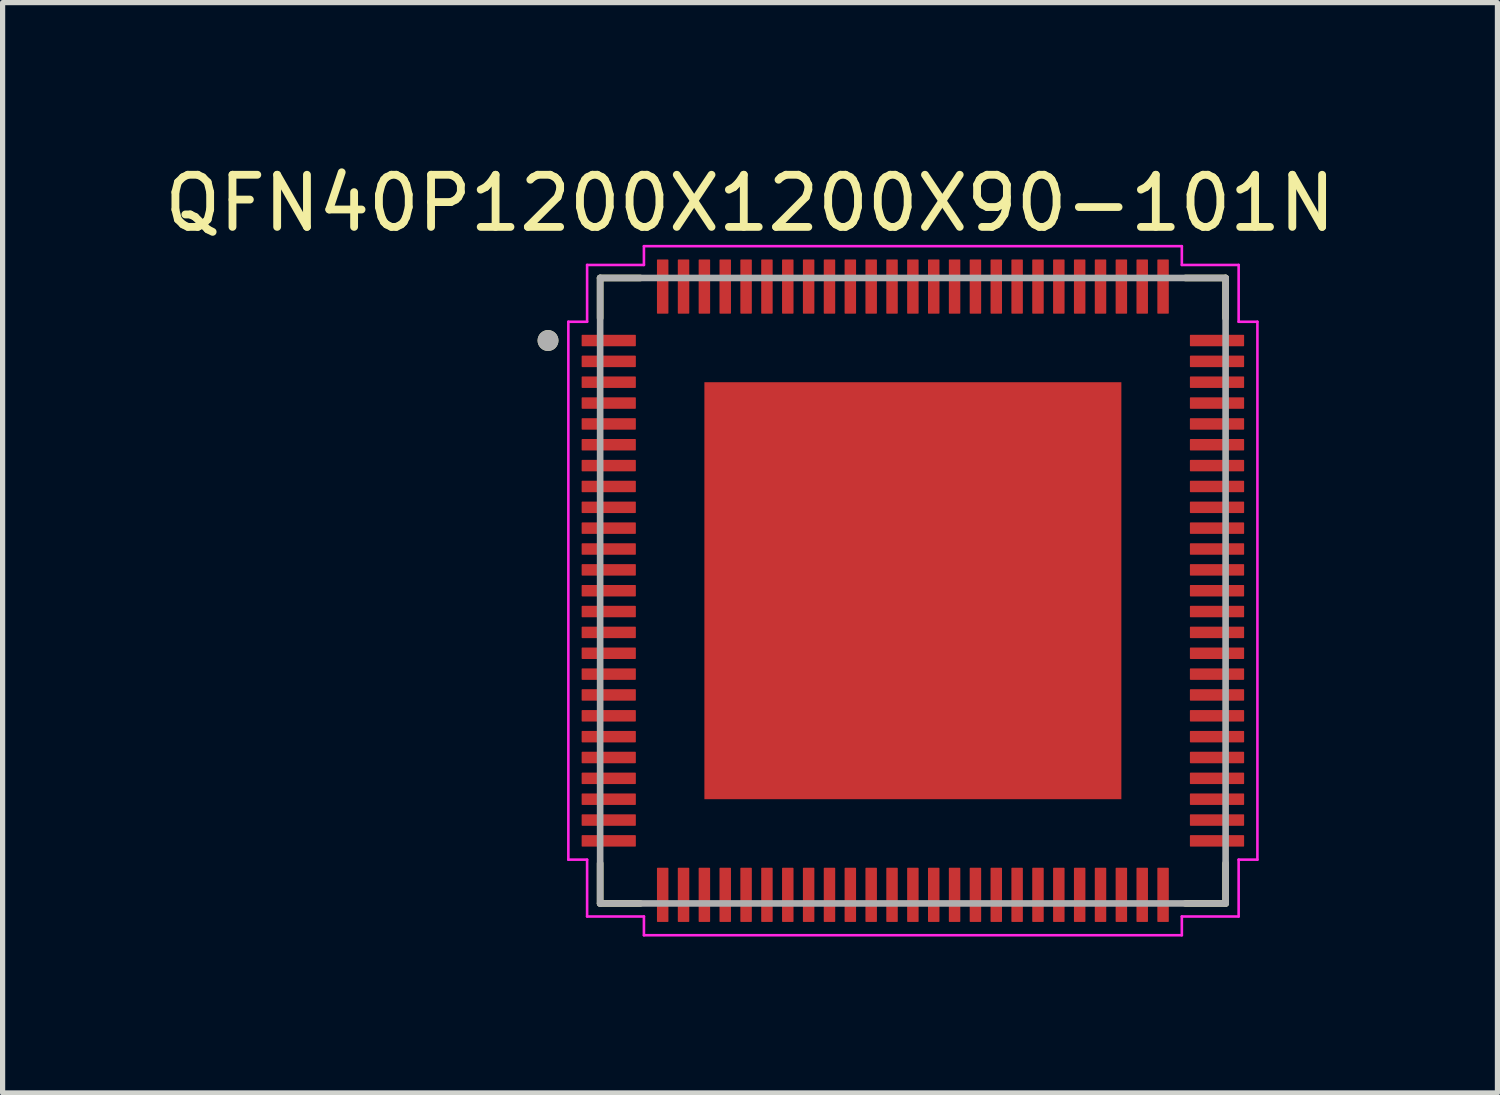
<source format=kicad_pcb>
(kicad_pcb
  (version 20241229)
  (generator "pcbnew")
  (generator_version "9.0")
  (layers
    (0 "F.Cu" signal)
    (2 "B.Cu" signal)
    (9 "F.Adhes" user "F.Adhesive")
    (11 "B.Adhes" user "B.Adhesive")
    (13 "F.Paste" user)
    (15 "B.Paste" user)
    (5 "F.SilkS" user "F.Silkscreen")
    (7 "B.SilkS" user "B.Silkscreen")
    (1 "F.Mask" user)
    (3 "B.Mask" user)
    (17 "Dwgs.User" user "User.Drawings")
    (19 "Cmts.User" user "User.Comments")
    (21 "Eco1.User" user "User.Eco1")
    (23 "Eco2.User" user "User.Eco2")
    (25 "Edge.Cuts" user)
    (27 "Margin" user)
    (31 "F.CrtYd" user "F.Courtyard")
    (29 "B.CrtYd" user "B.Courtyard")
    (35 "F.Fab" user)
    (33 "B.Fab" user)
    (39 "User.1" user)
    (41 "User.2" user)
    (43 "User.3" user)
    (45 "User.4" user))
  (footprint "QFN40P1200X1200X90-101N"
    (layer "F.Cu")
    (at 14.464 8.283)
    (property "Reference" "QFN40P1200X1200X90-101N" (at -3.125 -7.435 0) (layer "F.SilkS") (effects (font (size 1 1) (thickness 0.15))))
    (attr through_hole)
    (fp_line (start -6 -6) (end -5.23 -6) (stroke (width 0.127) (type solid)) (layer "F.SilkS"))
    (fp_line (start -6 -5.23) (end -6 -6) (stroke (width 0.127) (type solid)) (layer "F.SilkS"))
    (fp_line (start -6 6) (end -6 5.23) (stroke (width 0.127) (type solid)) (layer "F.SilkS"))
    (fp_line (start -5.23 6) (end -6 6) (stroke (width 0.127) (type solid)) (layer "F.SilkS"))
    (fp_line (start 5.23 -6) (end 6 -6) (stroke (width 0.127) (type solid)) (layer "F.SilkS"))
    (fp_line (start 6 -6) (end 6 -5.23) (stroke (width 0.127) (type solid)) (layer "F.SilkS"))
    (fp_line (start 6 5.23) (end 6 6) (stroke (width 0.127) (type solid)) (layer "F.SilkS"))
    (fp_line (start 6 6) (end 5.23 6) (stroke (width 0.127) (type solid)) (layer "F.SilkS"))
    (fp_circle (center -7 -4.8) (end -6.9 -4.8) (stroke (width 0.2) (type solid)) (fill no) (layer "F.SilkS"))
    (fp_poly (pts (xy -3.705 -3.705) (xy -2.295 -3.705) (xy -2.295 -2.295) (xy -3.705 -2.295)) (stroke (width 0.01) (type solid)) (fill yes) (layer "F.Paste"))
    (fp_poly (pts (xy -3.705 -1.705) (xy -2.295 -1.705) (xy -2.295 -0.295) (xy -3.705 -0.295)) (stroke (width 0.01) (type solid)) (fill yes) (layer "F.Paste"))
    (fp_poly (pts (xy -3.705 0.295) (xy -2.295 0.295) (xy -2.295 1.705) (xy -3.705 1.705)) (stroke (width 0.01) (type solid)) (fill yes) (layer "F.Paste"))
    (fp_poly (pts (xy -3.705 2.295) (xy -2.295 2.295) (xy -2.295 3.705) (xy -3.705 3.705)) (stroke (width 0.01) (type solid)) (fill yes) (layer "F.Paste"))
    (fp_poly (pts (xy -1.705 -3.705) (xy -0.295 -3.705) (xy -0.295 -2.295) (xy -1.705 -2.295)) (stroke (width 0.01) (type solid)) (fill yes) (layer "F.Paste"))
    (fp_poly (pts (xy -1.705 -1.705) (xy -0.295 -1.705) (xy -0.295 -0.295) (xy -1.705 -0.295)) (stroke (width 0.01) (type solid)) (fill yes) (layer "F.Paste"))
    (fp_poly (pts (xy -1.705 0.295) (xy -0.295 0.295) (xy -0.295 1.705) (xy -1.705 1.705)) (stroke (width 0.01) (type solid)) (fill yes) (layer "F.Paste"))
    (fp_poly (pts (xy -1.705 0.295) (xy -0.295 0.295) (xy -0.295 1.705) (xy -1.705 1.705)) (stroke (width 0.01) (type solid)) (fill yes) (layer "F.Paste"))
    (fp_poly (pts (xy -1.705 2.295) (xy -0.295 2.295) (xy -0.295 3.705) (xy -1.705 3.705)) (stroke (width 0.01) (type solid)) (fill yes) (layer "F.Paste"))
    (fp_poly (pts (xy 0.295 -3.705) (xy 1.705 -3.705) (xy 1.705 -2.295) (xy 0.295 -2.295)) (stroke (width 0.01) (type solid)) (fill yes) (layer "F.Paste"))
    (fp_poly (pts (xy 0.295 -1.705) (xy 1.705 -1.705) (xy 1.705 -0.295) (xy 0.295 -0.295)) (stroke (width 0.01) (type solid)) (fill yes) (layer "F.Paste"))
    (fp_poly (pts (xy 0.295 0.295) (xy 1.705 0.295) (xy 1.705 1.705) (xy 0.295 1.705)) (stroke (width 0.01) (type solid)) (fill yes) (layer "F.Paste"))
    (fp_poly (pts (xy 0.295 2.295) (xy 1.705 2.295) (xy 1.705 3.705) (xy 0.295 3.705)) (stroke (width 0.01) (type solid)) (fill yes) (layer "F.Paste"))
    (fp_poly (pts (xy 2.295 -3.705) (xy 3.705 -3.705) (xy 3.705 -2.295) (xy 2.295 -2.295)) (stroke (width 0.01) (type solid)) (fill yes) (layer "F.Paste"))
    (fp_poly (pts (xy 2.295 -1.705) (xy 3.705 -1.705) (xy 3.705 -0.295) (xy 2.295 -0.295)) (stroke (width 0.01) (type solid)) (fill yes) (layer "F.Paste"))
    (fp_poly (pts (xy 2.295 0.295) (xy 3.705 0.295) (xy 3.705 1.705) (xy 2.295 1.705)) (stroke (width 0.01) (type solid)) (fill yes) (layer "F.Paste"))
    (fp_poly (pts (xy 2.295 2.295) (xy 3.705 2.295) (xy 3.705 3.705) (xy 2.295 3.705)) (stroke (width 0.01) (type solid)) (fill yes) (layer "F.Paste"))
    (fp_line (start -6.61 -5.16) (end -6.25 -5.16) (stroke (width 0.05) (type solid)) (layer "F.CrtYd"))
    (fp_line (start -6.61 5.16) (end -6.61 -5.16) (stroke (width 0.05) (type solid)) (layer "F.CrtYd"))
    (fp_line (start -6.25 -6.25) (end -5.16 -6.25) (stroke (width 0.05) (type solid)) (layer "F.CrtYd"))
    (fp_line (start -6.25 -5.16) (end -6.25 -6.25) (stroke (width 0.05) (type solid)) (layer "F.CrtYd"))
    (fp_line (start -6.25 5.16) (end -6.61 5.16) (stroke (width 0.05) (type solid)) (layer "F.CrtYd"))
    (fp_line (start -6.25 6.25) (end -6.25 5.16) (stroke (width 0.05) (type solid)) (layer "F.CrtYd"))
    (fp_line (start -5.16 -6.61) (end 5.16 -6.61) (stroke (width 0.05) (type solid)) (layer "F.CrtYd"))
    (fp_line (start -5.16 -6.25) (end -5.16 -6.61) (stroke (width 0.05) (type solid)) (layer "F.CrtYd"))
    (fp_line (start -5.16 6.25) (end -6.25 6.25) (stroke (width 0.05) (type solid)) (layer "F.CrtYd"))
    (fp_line (start -5.16 6.61) (end -5.16 6.25) (stroke (width 0.05) (type solid)) (layer "F.CrtYd"))
    (fp_line (start 5.16 -6.61) (end 5.16 -6.25) (stroke (width 0.05) (type solid)) (layer "F.CrtYd"))
    (fp_line (start 5.16 -6.25) (end 6.25 -6.25) (stroke (width 0.05) (type solid)) (layer "F.CrtYd"))
    (fp_line (start 5.16 6.25) (end 5.16 6.61) (stroke (width 0.05) (type solid)) (layer "F.CrtYd"))
    (fp_line (start 5.16 6.61) (end -5.16 6.61) (stroke (width 0.05) (type solid)) (layer "F.CrtYd"))
    (fp_line (start 6.25 -6.25) (end 6.25 -5.16) (stroke (width 0.05) (type solid)) (layer "F.CrtYd"))
    (fp_line (start 6.25 -5.16) (end 6.61 -5.16) (stroke (width 0.05) (type solid)) (layer "F.CrtYd"))
    (fp_line (start 6.25 5.16) (end 6.25 6.25) (stroke (width 0.05) (type solid)) (layer "F.CrtYd"))
    (fp_line (start 6.25 6.25) (end 5.16 6.25) (stroke (width 0.05) (type solid)) (layer "F.CrtYd"))
    (fp_line (start 6.61 -5.16) (end 6.61 5.16) (stroke (width 0.05) (type solid)) (layer "F.CrtYd"))
    (fp_line (start 6.61 5.16) (end 6.25 5.16) (stroke (width 0.05) (type solid)) (layer "F.CrtYd"))
    (fp_line (start -6 -6) (end 6 -6) (stroke (width 0.127) (type solid)) (layer "F.Fab"))
    (fp_line (start -6 6) (end -6 -6) (stroke (width 0.127) (type solid)) (layer "F.Fab"))
    (fp_line (start 6 -6) (end 6 6) (stroke (width 0.127) (type solid)) (layer "F.Fab"))
    (fp_line (start 6 6) (end -6 6) (stroke (width 0.127) (type solid)) (layer "F.Fab"))
    (fp_circle (center -7 -4.8) (end -6.9 -4.8) (stroke (width 0.2) (type solid)) (fill no) (layer "F.Fab"))
    (pad "1" smd roundrect (at -5.835 -4.8) (size 1.04 0.22) (layers "F.Cu" "F.Mask" "F.Paste") (roundrect_rratio 0.06))
    (pad "2" smd roundrect (at -5.835 -4.4) (size 1.04 0.22) (layers "F.Cu" "F.Mask" "F.Paste") (roundrect_rratio 0.06))
    (pad "3" smd roundrect (at -5.835 -4) (size 1.04 0.22) (layers "F.Cu" "F.Mask" "F.Paste") (roundrect_rratio 0.06))
    (pad "4" smd roundrect (at -5.835 -3.6) (size 1.04 0.22) (layers "F.Cu" "F.Mask" "F.Paste") (roundrect_rratio 0.06))
    (pad "5" smd roundrect (at -5.835 -3.2) (size 1.04 0.22) (layers "F.Cu" "F.Mask" "F.Paste") (roundrect_rratio 0.06))
    (pad "6" smd roundrect (at -5.835 -2.8) (size 1.04 0.22) (layers "F.Cu" "F.Mask" "F.Paste") (roundrect_rratio 0.06))
    (pad "7" smd roundrect (at -5.835 -2.4) (size 1.04 0.22) (layers "F.Cu" "F.Mask" "F.Paste") (roundrect_rratio 0.06))
    (pad "8" smd roundrect (at -5.835 -2) (size 1.04 0.22) (layers "F.Cu" "F.Mask" "F.Paste") (roundrect_rratio 0.06))
    (pad "9" smd roundrect (at -5.835 -1.6) (size 1.04 0.22) (layers "F.Cu" "F.Mask" "F.Paste") (roundrect_rratio 0.06))
    (pad "10" smd roundrect (at -5.835 -1.2) (size 1.04 0.22) (layers "F.Cu" "F.Mask" "F.Paste") (roundrect_rratio 0.06))
    (pad "11" smd roundrect (at -5.835 -0.8) (size 1.04 0.22) (layers "F.Cu" "F.Mask" "F.Paste") (roundrect_rratio 0.06))
    (pad "12" smd roundrect (at -5.835 -0.4) (size 1.04 0.22) (layers "F.Cu" "F.Mask" "F.Paste") (roundrect_rratio 0.06))
    (pad "13" smd roundrect (at -5.835 0) (size 1.04 0.22) (layers "F.Cu" "F.Mask" "F.Paste") (roundrect_rratio 0.06))
    (pad "14" smd roundrect (at -5.835 0.4) (size 1.04 0.22) (layers "F.Cu" "F.Mask" "F.Paste") (roundrect_rratio 0.06))
    (pad "15" smd roundrect (at -5.835 0.8) (size 1.04 0.22) (layers "F.Cu" "F.Mask" "F.Paste") (roundrect_rratio 0.06))
    (pad "16" smd roundrect (at -5.835 1.2) (size 1.04 0.22) (layers "F.Cu" "F.Mask" "F.Paste") (roundrect_rratio 0.06))
    (pad "17" smd roundrect (at -5.835 1.6) (size 1.04 0.22) (layers "F.Cu" "F.Mask" "F.Paste") (roundrect_rratio 0.06))
    (pad "18" smd roundrect (at -5.835 2) (size 1.04 0.22) (layers "F.Cu" "F.Mask" "F.Paste") (roundrect_rratio 0.06))
    (pad "19" smd roundrect (at -5.835 2.4) (size 1.04 0.22) (layers "F.Cu" "F.Mask" "F.Paste") (roundrect_rratio 0.06))
    (pad "20" smd roundrect (at -5.835 2.8) (size 1.04 0.22) (layers "F.Cu" "F.Mask" "F.Paste") (roundrect_rratio 0.06))
    (pad "21" smd roundrect (at -5.835 3.2) (size 1.04 0.22) (layers "F.Cu" "F.Mask" "F.Paste") (roundrect_rratio 0.06))
    (pad "22" smd roundrect (at -5.835 3.6) (size 1.04 0.22) (layers "F.Cu" "F.Mask" "F.Paste") (roundrect_rratio 0.06))
    (pad "23" smd roundrect (at -5.835 4) (size 1.04 0.22) (layers "F.Cu" "F.Mask" "F.Paste") (roundrect_rratio 0.06))
    (pad "24" smd roundrect (at -5.835 4.4) (size 1.04 0.22) (layers "F.Cu" "F.Mask" "F.Paste") (roundrect_rratio 0.06))
    (pad "25" smd roundrect (at -5.835 4.8) (size 1.04 0.22) (layers "F.Cu" "F.Mask" "F.Paste") (roundrect_rratio 0.06))
    (pad "26" smd roundrect (at -4.8 5.835 90) (size 1.04 0.22) (layers "F.Cu" "F.Mask" "F.Paste") (roundrect_rratio 0.06))
    (pad "27" smd roundrect (at -4.4 5.835 90) (size 1.04 0.22) (layers "F.Cu" "F.Mask" "F.Paste") (roundrect_rratio 0.06))
    (pad "28" smd roundrect (at -4 5.835 90) (size 1.04 0.22) (layers "F.Cu" "F.Mask" "F.Paste") (roundrect_rratio 0.06))
    (pad "29" smd roundrect (at -3.6 5.835 90) (size 1.04 0.22) (layers "F.Cu" "F.Mask" "F.Paste") (roundrect_rratio 0.06))
    (pad "30" smd roundrect (at -3.2 5.835 90) (size 1.04 0.22) (layers "F.Cu" "F.Mask" "F.Paste") (roundrect_rratio 0.06))
    (pad "31" smd roundrect (at -2.8 5.835 90) (size 1.04 0.22) (layers "F.Cu" "F.Mask" "F.Paste") (roundrect_rratio 0.06))
    (pad "32" smd roundrect (at -2.4 5.835 90) (size 1.04 0.22) (layers "F.Cu" "F.Mask" "F.Paste") (roundrect_rratio 0.06))
    (pad "33" smd roundrect (at -2 5.835 90) (size 1.04 0.22) (layers "F.Cu" "F.Mask" "F.Paste") (roundrect_rratio 0.06))
    (pad "34" smd roundrect (at -1.6 5.835 90) (size 1.04 0.22) (layers "F.Cu" "F.Mask" "F.Paste") (roundrect_rratio 0.06))
    (pad "35" smd roundrect (at -1.2 5.835 90) (size 1.04 0.22) (layers "F.Cu" "F.Mask" "F.Paste") (roundrect_rratio 0.06))
    (pad "36" smd roundrect (at -0.8 5.835 90) (size 1.04 0.22) (layers "F.Cu" "F.Mask" "F.Paste") (roundrect_rratio 0.06))
    (pad "37" smd roundrect (at -0.4 5.835 90) (size 1.04 0.22) (layers "F.Cu" "F.Mask" "F.Paste") (roundrect_rratio 0.06))
    (pad "38" smd roundrect (at 0 5.835 90) (size 1.04 0.22) (layers "F.Cu" "F.Mask" "F.Paste") (roundrect_rratio 0.06))
    (pad "39" smd roundrect (at 0.4 5.835 90) (size 1.04 0.22) (layers "F.Cu" "F.Mask" "F.Paste") (roundrect_rratio 0.06))
    (pad "40" smd roundrect (at 0.8 5.835 90) (size 1.04 0.22) (layers "F.Cu" "F.Mask" "F.Paste") (roundrect_rratio 0.06))
    (pad "41" smd roundrect (at 1.2 5.835 90) (size 1.04 0.22) (layers "F.Cu" "F.Mask" "F.Paste") (roundrect_rratio 0.06))
    (pad "42" smd roundrect (at 1.6 5.835 90) (size 1.04 0.22) (layers "F.Cu" "F.Mask" "F.Paste") (roundrect_rratio 0.06))
    (pad "43" smd roundrect (at 2 5.835 90) (size 1.04 0.22) (layers "F.Cu" "F.Mask" "F.Paste") (roundrect_rratio 0.06))
    (pad "44" smd roundrect (at 2.4 5.835 90) (size 1.04 0.22) (layers "F.Cu" "F.Mask" "F.Paste") (roundrect_rratio 0.06))
    (pad "45" smd roundrect (at 2.8 5.835 90) (size 1.04 0.22) (layers "F.Cu" "F.Mask" "F.Paste") (roundrect_rratio 0.06))
    (pad "46" smd roundrect (at 3.2 5.835 90) (size 1.04 0.22) (layers "F.Cu" "F.Mask" "F.Paste") (roundrect_rratio 0.06))
    (pad "47" smd roundrect (at 3.6 5.835 90) (size 1.04 0.22) (layers "F.Cu" "F.Mask" "F.Paste") (roundrect_rratio 0.06))
    (pad "48" smd roundrect (at 4 5.835 90) (size 1.04 0.22) (layers "F.Cu" "F.Mask" "F.Paste") (roundrect_rratio 0.06))
    (pad "49" smd roundrect (at 4.4 5.835 90) (size 1.04 0.22) (layers "F.Cu" "F.Mask" "F.Paste") (roundrect_rratio 0.06))
    (pad "50" smd roundrect (at 4.8 5.835 90) (size 1.04 0.22) (layers "F.Cu" "F.Mask" "F.Paste") (roundrect_rratio 0.06))
    (pad "51" smd roundrect (at 5.835 4.8 180) (size 1.04 0.22) (layers "F.Cu" "F.Mask" "F.Paste") (roundrect_rratio 0.06))
    (pad "52" smd roundrect (at 5.835 4.4 180) (size 1.04 0.22) (layers "F.Cu" "F.Mask" "F.Paste") (roundrect_rratio 0.06))
    (pad "53" smd roundrect (at 5.835 4 180) (size 1.04 0.22) (layers "F.Cu" "F.Mask" "F.Paste") (roundrect_rratio 0.06))
    (pad "54" smd roundrect (at 5.835 3.6 180) (size 1.04 0.22) (layers "F.Cu" "F.Mask" "F.Paste") (roundrect_rratio 0.06))
    (pad "55" smd roundrect (at 5.835 3.2 180) (size 1.04 0.22) (layers "F.Cu" "F.Mask" "F.Paste") (roundrect_rratio 0.06))
    (pad "56" smd roundrect (at 5.835 2.8 180) (size 1.04 0.22) (layers "F.Cu" "F.Mask" "F.Paste") (roundrect_rratio 0.06))
    (pad "57" smd roundrect (at 5.835 2.4 180) (size 1.04 0.22) (layers "F.Cu" "F.Mask" "F.Paste") (roundrect_rratio 0.06))
    (pad "58" smd roundrect (at 5.835 2 180) (size 1.04 0.22) (layers "F.Cu" "F.Mask" "F.Paste") (roundrect_rratio 0.06))
    (pad "59" smd roundrect (at 5.835 1.6 180) (size 1.04 0.22) (layers "F.Cu" "F.Mask" "F.Paste") (roundrect_rratio 0.06))
    (pad "60" smd roundrect (at 5.835 1.2 180) (size 1.04 0.22) (layers "F.Cu" "F.Mask" "F.Paste") (roundrect_rratio 0.06))
    (pad "61" smd roundrect (at 5.835 0.8 180) (size 1.04 0.22) (layers "F.Cu" "F.Mask" "F.Paste") (roundrect_rratio 0.06))
    (pad "62" smd roundrect (at 5.835 0.4 180) (size 1.04 0.22) (layers "F.Cu" "F.Mask" "F.Paste") (roundrect_rratio 0.06))
    (pad "63" smd roundrect (at 5.835 0 180) (size 1.04 0.22) (layers "F.Cu" "F.Mask" "F.Paste") (roundrect_rratio 0.06))
    (pad "64" smd roundrect (at 5.835 -0.4 180) (size 1.04 0.22) (layers "F.Cu" "F.Mask" "F.Paste") (roundrect_rratio 0.06))
    (pad "65" smd roundrect (at 5.835 -0.8 180) (size 1.04 0.22) (layers "F.Cu" "F.Mask" "F.Paste") (roundrect_rratio 0.06))
    (pad "66" smd roundrect (at 5.835 -1.2 180) (size 1.04 0.22) (layers "F.Cu" "F.Mask" "F.Paste") (roundrect_rratio 0.06))
    (pad "67" smd roundrect (at 5.835 -1.6 180) (size 1.04 0.22) (layers "F.Cu" "F.Mask" "F.Paste") (roundrect_rratio 0.06))
    (pad "68" smd roundrect (at 5.835 -2 180) (size 1.04 0.22) (layers "F.Cu" "F.Mask" "F.Paste") (roundrect_rratio 0.06))
    (pad "69" smd roundrect (at 5.835 -2.4 180) (size 1.04 0.22) (layers "F.Cu" "F.Mask" "F.Paste") (roundrect_rratio 0.06))
    (pad "70" smd roundrect (at 5.835 -2.8 180) (size 1.04 0.22) (layers "F.Cu" "F.Mask" "F.Paste") (roundrect_rratio 0.06))
    (pad "71" smd roundrect (at 5.835 -3.2 180) (size 1.04 0.22) (layers "F.Cu" "F.Mask" "F.Paste") (roundrect_rratio 0.06))
    (pad "72" smd roundrect (at 5.835 -3.6 180) (size 1.04 0.22) (layers "F.Cu" "F.Mask" "F.Paste") (roundrect_rratio 0.06))
    (pad "73" smd roundrect (at 5.835 -4 180) (size 1.04 0.22) (layers "F.Cu" "F.Mask" "F.Paste") (roundrect_rratio 0.06))
    (pad "74" smd roundrect (at 5.835 -4.4 180) (size 1.04 0.22) (layers "F.Cu" "F.Mask" "F.Paste") (roundrect_rratio 0.06))
    (pad "75" smd roundrect (at 5.835 -4.8 180) (size 1.04 0.22) (layers "F.Cu" "F.Mask" "F.Paste") (roundrect_rratio 0.06))
    (pad "76" smd roundrect (at 4.8 -5.835 270) (size 1.04 0.22) (layers "F.Cu" "F.Mask" "F.Paste") (roundrect_rratio 0.06))
    (pad "77" smd roundrect (at 4.4 -5.835 270) (size 1.04 0.22) (layers "F.Cu" "F.Mask" "F.Paste") (roundrect_rratio 0.06))
    (pad "78" smd roundrect (at 4 -5.835 270) (size 1.04 0.22) (layers "F.Cu" "F.Mask" "F.Paste") (roundrect_rratio 0.06))
    (pad "79" smd roundrect (at 3.6 -5.835 270) (size 1.04 0.22) (layers "F.Cu" "F.Mask" "F.Paste") (roundrect_rratio 0.06))
    (pad "80" smd roundrect (at 3.2 -5.835 270) (size 1.04 0.22) (layers "F.Cu" "F.Mask" "F.Paste") (roundrect_rratio 0.06))
    (pad "81" smd roundrect (at 2.8 -5.835 270) (size 1.04 0.22) (layers "F.Cu" "F.Mask" "F.Paste") (roundrect_rratio 0.06))
    (pad "82" smd roundrect (at 2.4 -5.835 270) (size 1.04 0.22) (layers "F.Cu" "F.Mask" "F.Paste") (roundrect_rratio 0.06))
    (pad "83" smd roundrect (at 2 -5.835 270) (size 1.04 0.22) (layers "F.Cu" "F.Mask" "F.Paste") (roundrect_rratio 0.06))
    (pad "84" smd roundrect (at 1.6 -5.835 270) (size 1.04 0.22) (layers "F.Cu" "F.Mask" "F.Paste") (roundrect_rratio 0.06))
    (pad "85" smd roundrect (at 1.2 -5.835 270) (size 1.04 0.22) (layers "F.Cu" "F.Mask" "F.Paste") (roundrect_rratio 0.06))
    (pad "86" smd roundrect (at 0.8 -5.835 270) (size 1.04 0.22) (layers "F.Cu" "F.Mask" "F.Paste") (roundrect_rratio 0.06))
    (pad "87" smd roundrect (at 0.4 -5.835 270) (size 1.04 0.22) (layers "F.Cu" "F.Mask" "F.Paste") (roundrect_rratio 0.06))
    (pad "88" smd roundrect (at 0 -5.835 270) (size 1.04 0.22) (layers "F.Cu" "F.Mask" "F.Paste") (roundrect_rratio 0.06))
    (pad "89" smd roundrect (at -0.4 -5.835 270) (size 1.04 0.22) (layers "F.Cu" "F.Mask" "F.Paste") (roundrect_rratio 0.06))
    (pad "90" smd roundrect (at -0.8 -5.835 270) (size 1.04 0.22) (layers "F.Cu" "F.Mask" "F.Paste") (roundrect_rratio 0.06))
    (pad "91" smd roundrect (at -1.2 -5.835 270) (size 1.04 0.22) (layers "F.Cu" "F.Mask" "F.Paste") (roundrect_rratio 0.06))
    (pad "92" smd roundrect (at -1.6 -5.835 270) (size 1.04 0.22) (layers "F.Cu" "F.Mask" "F.Paste") (roundrect_rratio 0.06))
    (pad "93" smd roundrect (at -2 -5.835 270) (size 1.04 0.22) (layers "F.Cu" "F.Mask" "F.Paste") (roundrect_rratio 0.06))
    (pad "94" smd roundrect (at -2.4 -5.835 270) (size 1.04 0.22) (layers "F.Cu" "F.Mask" "F.Paste") (roundrect_rratio 0.06))
    (pad "95" smd roundrect (at -2.8 -5.835 270) (size 1.04 0.22) (layers "F.Cu" "F.Mask" "F.Paste") (roundrect_rratio 0.06))
    (pad "96" smd roundrect (at -3.2 -5.835 270) (size 1.04 0.22) (layers "F.Cu" "F.Mask" "F.Paste") (roundrect_rratio 0.06))
    (pad "97" smd roundrect (at -3.6 -5.835 270) (size 1.04 0.22) (layers "F.Cu" "F.Mask" "F.Paste") (roundrect_rratio 0.06))
    (pad "98" smd roundrect (at -4 -5.835 270) (size 1.04 0.22) (layers "F.Cu" "F.Mask" "F.Paste") (roundrect_rratio 0.06))
    (pad "99" smd roundrect (at -4.4 -5.835 270) (size 1.04 0.22) (layers "F.Cu" "F.Mask" "F.Paste") (roundrect_rratio 0.06))
    (pad "100" smd roundrect (at -4.8 -5.835 270) (size 1.04 0.22) (layers "F.Cu" "F.Mask" "F.Paste") (roundrect_rratio 0.06))
    (pad "101" smd rect (at 0 0 180) (size 8 8) (layers "F.Cu" "F.Mask")))
  (gr_rect
    (start -3 -3)
    (end 25.679 17.918)
    (stroke (width 0.1) (type default))
    (fill no)
    (layer "Edge.Cuts")))
</source>
